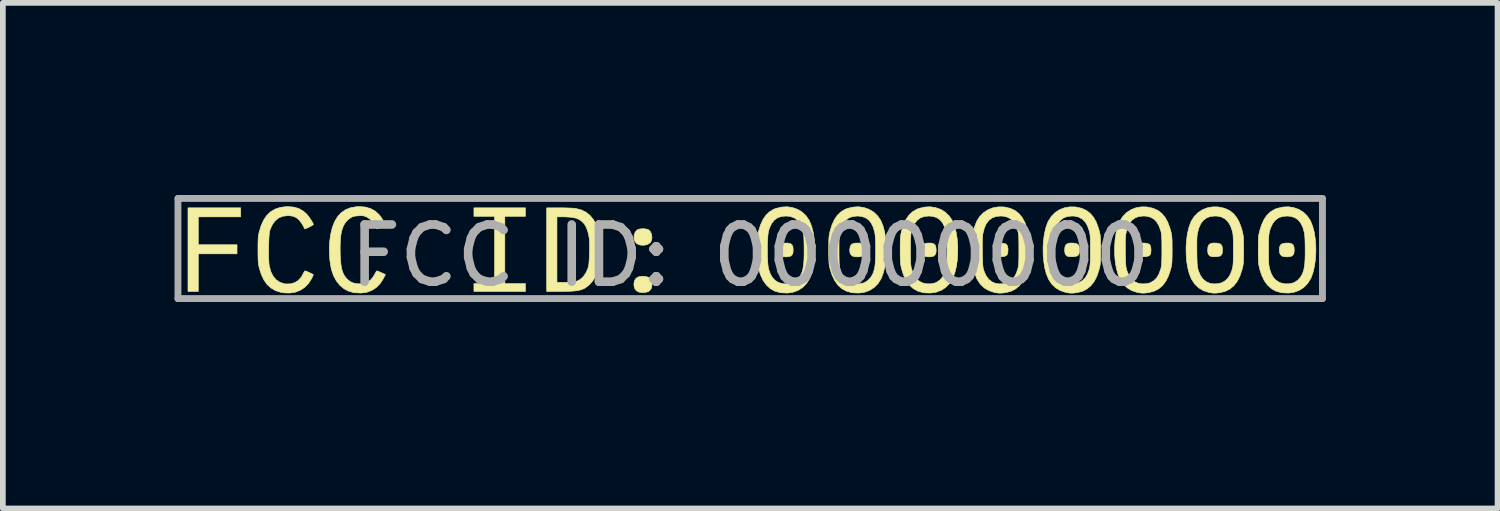
<source format=kicad_pcb>
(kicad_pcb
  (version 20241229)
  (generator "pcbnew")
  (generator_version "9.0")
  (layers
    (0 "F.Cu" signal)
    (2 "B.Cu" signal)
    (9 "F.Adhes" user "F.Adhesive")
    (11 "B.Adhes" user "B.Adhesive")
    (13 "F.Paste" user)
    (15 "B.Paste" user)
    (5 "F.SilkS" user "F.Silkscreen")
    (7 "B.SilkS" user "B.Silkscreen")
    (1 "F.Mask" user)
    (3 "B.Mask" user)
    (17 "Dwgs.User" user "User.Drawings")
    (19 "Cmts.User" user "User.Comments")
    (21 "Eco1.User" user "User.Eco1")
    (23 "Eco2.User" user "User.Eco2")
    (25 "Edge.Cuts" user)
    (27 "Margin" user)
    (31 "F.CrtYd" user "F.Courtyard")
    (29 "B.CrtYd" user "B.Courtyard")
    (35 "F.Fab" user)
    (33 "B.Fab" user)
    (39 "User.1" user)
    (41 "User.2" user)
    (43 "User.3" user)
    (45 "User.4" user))
  (footprint "FCCID"
    (layer "F.Cu")
    (at 10.06 1.418)
    (property "Reference" "FCCID" (at 0 0 0) (layer "Eco2.User") (effects (font (size 1.524 1.524) (thickness 0.3))))
    (attr through_hole)
    (fp_poly (pts (xy -8.904 -0.678) (xy -9.645 -0.678) (xy -9.645 -0.191) (xy -8.968 -0.191) (xy -8.968 -0.032) (xy -9.645 -0.032) (xy -9.645 0.625) (xy -9.825 0.625) (xy -9.825 -0.836) (xy -8.904 -0.836) (xy -8.904 -0.678)) (stroke (width 0.01) (type solid)) (fill yes) (layer "F.SilkS"))
    (fp_poly (pts (xy -3.928 -0.688) (xy -4.288 -0.688) (xy -4.288 0.487) (xy -3.928 0.487) (xy -3.928 0.625) (xy -4.828 0.625) (xy -4.828 0.487) (xy -4.468 0.487) (xy -4.468 -0.688) (xy -4.828 -0.688) (xy -4.828 -0.836) (xy -3.928 -0.836) (xy -3.928 -0.688)) (stroke (width 0.01) (type solid)) (fill yes) (layer "F.SilkS"))
    (fp_poly (pts (xy -1.813 0.366) (xy -1.769 0.383) (xy -1.739 0.413) (xy -1.73 0.429) (xy -1.716 0.483) (xy -1.718 0.535) (xy -1.733 0.581) (xy -1.762 0.616) (xy -1.782 0.628) (xy -1.827 0.641) (xy -1.88 0.645) (xy -1.933 0.639) (xy -1.968 0.628) (xy -2.002 0.6) (xy -2.024 0.559) (xy -2.033 0.509) (xy -2.027 0.456) (xy -2.018 0.429) (xy -1.994 0.394) (xy -1.956 0.371) (xy -1.902 0.361) (xy -1.874 0.36) (xy -1.813 0.366)) (stroke (width 0.01) (type solid)) (fill yes) (layer "F.SilkS"))
    (fp_poly (pts (xy -1.847 -0.47) (xy -1.803 -0.463) (xy -1.774 -0.451) (xy -1.744 -0.42) (xy -1.724 -0.376) (xy -1.717 -0.327) (xy -1.721 -0.279) (xy -1.739 -0.237) (xy -1.747 -0.227) (xy -1.787 -0.2) (xy -1.839 -0.184) (xy -1.897 -0.183) (xy -1.943 -0.191) (xy -1.987 -0.214) (xy -2.016 -0.252) (xy -2.03 -0.303) (xy -2.03 -0.304) (xy -2.028 -0.361) (xy -2.011 -0.409) (xy -1.982 -0.445) (xy -1.974 -0.451) (xy -1.941 -0.464) (xy -1.896 -0.47) (xy -1.847 -0.47)) (stroke (width 0.01) (type solid)) (fill yes) (layer "F.SilkS"))
    (fp_poly (pts (xy 0.702 -0.211) (xy 0.731 -0.189) (xy 0.747 -0.153) (xy 0.751 -0.101) (xy 0.751 -0.101) (xy 0.748 -0.055) (xy 0.738 -0.023) (xy 0.719 -0.002) (xy 0.702 0.009) (xy 0.673 0.017) (xy 0.632 0.021) (xy 0.589 0.019) (xy 0.552 0.012) (xy 0.54 0.008) (xy 0.509 -0.018) (xy 0.493 -0.057) (xy 0.49 -0.111) (xy 0.49 -0.114) (xy 0.498 -0.162) (xy 0.517 -0.193) (xy 0.549 -0.212) (xy 0.597 -0.22) (xy 0.658 -0.221) (xy 0.702 -0.211)) (stroke (width 0.01) (type solid)) (fill yes) (layer "F.SilkS"))
    (fp_poly (pts (xy 1.951 -0.211) (xy 1.98 -0.189) (xy 1.996 -0.153) (xy 2.001 -0.101) (xy 2.001 -0.101) (xy 1.998 -0.055) (xy 1.988 -0.023) (xy 1.968 -0.002) (xy 1.951 0.009) (xy 1.922 0.017) (xy 1.881 0.021) (xy 1.838 0.019) (xy 1.801 0.012) (xy 1.79 0.008) (xy 1.759 -0.018) (xy 1.742 -0.057) (xy 1.739 -0.111) (xy 1.74 -0.114) (xy 1.748 -0.162) (xy 1.766 -0.193) (xy 1.798 -0.212) (xy 1.846 -0.22) (xy 1.907 -0.221) (xy 1.951 -0.211)) (stroke (width 0.01) (type solid)) (fill yes) (layer "F.SilkS"))
    (fp_poly (pts (xy 3.201 -0.211) (xy 3.23 -0.189) (xy 3.245 -0.153) (xy 3.25 -0.101) (xy 3.25 -0.101) (xy 3.247 -0.055) (xy 3.237 -0.023) (xy 3.218 -0.002) (xy 3.201 0.009) (xy 3.172 0.017) (xy 3.131 0.021) (xy 3.087 0.019) (xy 3.051 0.012) (xy 3.039 0.008) (xy 3.008 -0.018) (xy 2.992 -0.057) (xy 2.989 -0.111) (xy 2.989 -0.114) (xy 2.997 -0.162) (xy 3.016 -0.193) (xy 3.048 -0.212) (xy 3.096 -0.22) (xy 3.157 -0.221) (xy 3.201 -0.211)) (stroke (width 0.01) (type solid)) (fill yes) (layer "F.SilkS"))
    (fp_poly (pts (xy 4.4 -0.22) (xy 4.4 -0.22) (xy 4.448 -0.212) (xy 4.48 -0.196) (xy 4.497 -0.167) (xy 4.505 -0.123) (xy 4.505 -0.101) (xy 4.502 -0.05) (xy 4.49 -0.017) (xy 4.466 0.004) (xy 4.427 0.015) (xy 4.386 0.018) (xy 4.341 0.018) (xy 4.307 0.014) (xy 4.293 0.009) (xy 4.268 -0.011) (xy 4.253 -0.037) (xy 4.247 -0.074) (xy 4.246 -0.101) (xy 4.251 -0.153) (xy 4.266 -0.189) (xy 4.295 -0.211) (xy 4.339 -0.221) (xy 4.4 -0.22)) (stroke (width 0.01) (type solid)) (fill yes) (layer "F.SilkS"))
    (fp_poly (pts (xy 5.65 -0.22) (xy 5.65 -0.22) (xy 5.698 -0.212) (xy 5.729 -0.196) (xy 5.747 -0.167) (xy 5.754 -0.123) (xy 5.754 -0.101) (xy 5.751 -0.05) (xy 5.739 -0.017) (xy 5.715 0.004) (xy 5.676 0.015) (xy 5.635 0.018) (xy 5.59 0.018) (xy 5.556 0.014) (xy 5.543 0.009) (xy 5.517 -0.011) (xy 5.503 -0.037) (xy 5.496 -0.074) (xy 5.495 -0.101) (xy 5.5 -0.153) (xy 5.516 -0.189) (xy 5.545 -0.211) (xy 5.589 -0.221) (xy 5.65 -0.22)) (stroke (width 0.01) (type solid)) (fill yes) (layer "F.SilkS"))
    (fp_poly (pts (xy 6.899 -0.22) (xy 6.899 -0.22) (xy 6.947 -0.212) (xy 6.978 -0.196) (xy 6.996 -0.167) (xy 7.003 -0.123) (xy 7.004 -0.101) (xy 7.001 -0.05) (xy 6.989 -0.017) (xy 6.965 0.004) (xy 6.926 0.015) (xy 6.885 0.018) (xy 6.84 0.018) (xy 6.806 0.014) (xy 6.792 0.009) (xy 6.767 -0.011) (xy 6.752 -0.037) (xy 6.746 -0.074) (xy 6.745 -0.101) (xy 6.749 -0.153) (xy 6.765 -0.189) (xy 6.794 -0.211) (xy 6.838 -0.221) (xy 6.899 -0.22)) (stroke (width 0.01) (type solid)) (fill yes) (layer "F.SilkS"))
    (fp_poly (pts (xy 8.148 -0.22) (xy 8.148 -0.22) (xy 8.196 -0.212) (xy 8.228 -0.196) (xy 8.245 -0.167) (xy 8.253 -0.123) (xy 8.253 -0.101) (xy 8.25 -0.05) (xy 8.238 -0.017) (xy 8.214 0.004) (xy 8.175 0.015) (xy 8.134 0.018) (xy 8.089 0.018) (xy 8.055 0.014) (xy 8.041 0.009) (xy 8.016 -0.011) (xy 8.001 -0.037) (xy 7.995 -0.074) (xy 7.994 -0.101) (xy 7.999 -0.153) (xy 8.014 -0.189) (xy 8.043 -0.211) (xy 8.087 -0.221) (xy 8.148 -0.22)) (stroke (width 0.01) (type solid)) (fill yes) (layer "F.SilkS"))
    (fp_poly (pts (xy 9.458 -0.211) (xy 9.487 -0.189) (xy 9.503 -0.153) (xy 9.507 -0.101) (xy 9.507 -0.101) (xy 9.504 -0.055) (xy 9.495 -0.023) (xy 9.475 -0.002) (xy 9.458 0.009) (xy 9.429 0.017) (xy 9.388 0.021) (xy 9.345 0.019) (xy 9.308 0.012) (xy 9.296 0.008) (xy 9.265 -0.018) (xy 9.249 -0.057) (xy 9.246 -0.111) (xy 9.246 -0.114) (xy 9.254 -0.162) (xy 9.273 -0.193) (xy 9.305 -0.212) (xy 9.353 -0.22) (xy 9.414 -0.221) (xy 9.458 -0.211)) (stroke (width 0.01) (type solid)) (fill yes) (layer "F.SilkS"))
    (fp_poly (pts (xy -3.338 -0.836) (xy -3.267 -0.836) (xy -3.198 -0.834) (xy -3.136 -0.832) (xy -3.086 -0.829) (xy -3.052 -0.826) (xy -3.049 -0.825) (xy -2.952 -0.8) (xy -2.868 -0.759) (xy -2.796 -0.7) (xy -2.736 -0.625) (xy -2.689 -0.533) (xy -2.655 -0.423) (xy -2.632 -0.297) (xy -2.622 -0.153) (xy -2.622 -0.111) (xy -2.626 0.03) (xy -2.64 0.153) (xy -2.664 0.26) (xy -2.699 0.352) (xy -2.744 0.431) (xy -2.801 0.498) (xy -2.811 0.507) (xy -2.849 0.539) (xy -2.887 0.566) (xy -2.928 0.586) (xy -2.975 0.601) (xy -3.03 0.612) (xy -3.096 0.619) (xy -3.177 0.623) (xy -3.276 0.625) (xy -3.311 0.625) (xy -3.557 0.625) (xy -3.557 -0.678) (xy -3.377 -0.678) (xy -3.377 0.466) (xy -3.231 0.466) (xy -3.158 0.465) (xy -3.102 0.462) (xy -3.061 0.456) (xy -3.036 0.449) (xy -2.974 0.417) (xy -2.918 0.368) (xy -2.872 0.303) (xy -2.838 0.227) (xy -2.827 0.189) (xy -2.821 0.155) (xy -2.816 0.104) (xy -2.812 0.041) (xy -2.81 -0.029) (xy -2.808 -0.102) (xy -2.808 -0.173) (xy -2.809 -0.238) (xy -2.812 -0.291) (xy -2.815 -0.316) (xy -2.83 -0.392) (xy -2.852 -0.464) (xy -2.879 -0.523) (xy -2.902 -0.559) (xy -2.945 -0.602) (xy -2.993 -0.635) (xy -3.051 -0.657) (xy -3.121 -0.671) (xy -3.207 -0.677) (xy -3.247 -0.678) (xy -3.377 -0.678) (xy -3.557 -0.678) (xy -3.557 -0.836) (xy -3.338 -0.836)) (stroke (width 0.01) (type solid)) (fill yes) (layer "F.SilkS"))
    (fp_poly (pts (xy -6.721 -0.849) (xy -6.631 -0.822) (xy -6.552 -0.778) (xy -6.485 -0.717) (xy -6.476 -0.707) (xy -6.457 -0.68) (xy -6.434 -0.647) (xy -6.412 -0.612) (xy -6.393 -0.579) (xy -6.38 -0.553) (xy -6.375 -0.538) (xy -6.375 -0.537) (xy -6.395 -0.527) (xy -6.424 -0.513) (xy -6.457 -0.497) (xy -6.489 -0.483) (xy -6.514 -0.472) (xy -6.527 -0.468) (xy -6.527 -0.468) (xy -6.533 -0.478) (xy -6.545 -0.502) (xy -6.554 -0.519) (xy -6.595 -0.586) (xy -6.641 -0.637) (xy -6.696 -0.673) (xy -6.697 -0.673) (xy -6.729 -0.687) (xy -6.756 -0.695) (xy -6.786 -0.698) (xy -6.827 -0.698) (xy -6.844 -0.697) (xy -6.893 -0.693) (xy -6.928 -0.687) (xy -6.957 -0.676) (xy -6.984 -0.661) (xy -7.035 -0.623) (xy -7.076 -0.577) (xy -7.109 -0.52) (xy -7.134 -0.452) (xy -7.152 -0.37) (xy -7.162 -0.272) (xy -7.166 -0.158) (xy -7.165 -0.037) (xy -7.16 0.067) (xy -7.152 0.152) (xy -7.141 0.223) (xy -7.124 0.281) (xy -7.102 0.331) (xy -7.074 0.374) (xy -7.044 0.408) (xy -6.994 0.45) (xy -6.938 0.477) (xy -6.873 0.49) (xy -6.824 0.492) (xy -6.748 0.484) (xy -6.684 0.462) (xy -6.631 0.422) (xy -6.585 0.365) (xy -6.56 0.32) (xy -6.544 0.29) (xy -6.53 0.27) (xy -6.523 0.265) (xy -6.51 0.269) (xy -6.483 0.28) (xy -6.448 0.296) (xy -6.444 0.297) (xy -6.374 0.33) (xy -6.412 0.403) (xy -6.468 0.489) (xy -6.535 0.557) (xy -6.613 0.607) (xy -6.702 0.64) (xy -6.8 0.653) (xy -6.907 0.648) (xy -6.934 0.645) (xy -7.022 0.619) (xy -7.102 0.576) (xy -7.173 0.515) (xy -7.234 0.438) (xy -7.283 0.346) (xy -7.318 0.242) (xy -7.32 0.233) (xy -7.337 0.145) (xy -7.349 0.043) (xy -7.354 -0.063) (xy -7.354 -0.168) (xy -7.35 -0.236) (xy -7.331 -0.375) (xy -7.302 -0.495) (xy -7.261 -0.598) (xy -7.21 -0.683) (xy -7.147 -0.751) (xy -7.073 -0.802) (xy -6.987 -0.837) (xy -6.889 -0.855) (xy -6.823 -0.858) (xy -6.721 -0.849)) (stroke (width 0.01) (type solid)) (fill yes) (layer "F.SilkS"))
    (fp_poly (pts (xy -7.976 -0.849) (xy -7.888 -0.824) (xy -7.812 -0.78) (xy -7.755 -0.731) (xy -7.731 -0.704) (xy -7.704 -0.668) (xy -7.678 -0.629) (xy -7.655 -0.592) (xy -7.639 -0.563) (xy -7.634 -0.545) (xy -7.642 -0.537) (xy -7.664 -0.523) (xy -7.694 -0.507) (xy -7.727 -0.491) (xy -7.756 -0.477) (xy -7.778 -0.469) (xy -7.786 -0.468) (xy -7.806 -0.511) (xy -7.834 -0.558) (xy -7.865 -0.602) (xy -7.893 -0.634) (xy -7.935 -0.666) (xy -7.981 -0.687) (xy -8.037 -0.697) (xy -8.089 -0.699) (xy -8.168 -0.689) (xy -8.238 -0.661) (xy -8.297 -0.614) (xy -8.347 -0.549) (xy -8.387 -0.464) (xy -8.393 -0.446) (xy -8.4 -0.415) (xy -8.406 -0.366) (xy -8.41 -0.304) (xy -8.413 -0.232) (xy -8.415 -0.155) (xy -8.416 -0.077) (xy -8.416 -0.00048) (xy -8.413 0.07) (xy -8.41 0.13) (xy -8.405 0.176) (xy -8.402 0.189) (xy -8.375 0.284) (xy -8.335 0.362) (xy -8.284 0.421) (xy -8.221 0.464) (xy -8.147 0.489) (xy -8.112 0.494) (xy -8.033 0.492) (xy -7.961 0.472) (xy -7.898 0.433) (xy -7.846 0.376) (xy -7.815 0.32) (xy -7.799 0.29) (xy -7.786 0.27) (xy -7.78 0.265) (xy -7.765 0.269) (xy -7.739 0.279) (xy -7.707 0.294) (xy -7.675 0.309) (xy -7.649 0.322) (xy -7.635 0.332) (xy -7.634 0.333) (xy -7.638 0.345) (xy -7.65 0.37) (xy -7.665 0.4) (xy -7.718 0.485) (xy -7.784 0.553) (xy -7.862 0.604) (xy -7.95 0.638) (xy -8.045 0.653) (xy -8.147 0.65) (xy -8.201 0.641) (xy -8.293 0.612) (xy -8.373 0.566) (xy -8.441 0.505) (xy -8.497 0.426) (xy -8.543 0.329) (xy -8.573 0.236) (xy -8.583 0.199) (xy -8.59 0.167) (xy -8.595 0.135) (xy -8.598 0.099) (xy -8.6 0.055) (xy -8.601 -0.001) (xy -8.602 -0.073) (xy -8.602 -0.095) (xy -8.602 -0.178) (xy -8.601 -0.243) (xy -8.599 -0.295) (xy -8.595 -0.336) (xy -8.59 -0.372) (xy -8.583 -0.405) (xy -8.548 -0.523) (xy -8.503 -0.622) (xy -8.447 -0.704) (xy -8.381 -0.768) (xy -8.302 -0.814) (xy -8.212 -0.844) (xy -8.109 -0.857) (xy -8.075 -0.857) (xy -7.976 -0.849)) (stroke (width 0.01) (type solid)) (fill yes) (layer "F.SilkS"))
    (fp_poly (pts (xy 0.738 -0.841) (xy 0.826 -0.811) (xy 0.905 -0.764) (xy 0.973 -0.701) (xy 1.027 -0.623) (xy 1.036 -0.606) (xy 1.072 -0.517) (xy 1.1 -0.413) (xy 1.118 -0.298) (xy 1.128 -0.176) (xy 1.129 -0.051) (xy 1.121 0.071) (xy 1.104 0.188) (xy 1.079 0.295) (xy 1.044 0.388) (xy 1.036 0.405) (xy 0.983 0.488) (xy 0.917 0.555) (xy 0.84 0.605) (xy 0.752 0.638) (xy 0.654 0.653) (xy 0.549 0.649) (xy 0.521 0.645) (xy 0.431 0.62) (xy 0.353 0.577) (xy 0.285 0.515) (xy 0.227 0.436) (xy 0.181 0.338) (xy 0.151 0.246) (xy 0.142 0.211) (xy 0.135 0.18) (xy 0.13 0.149) (xy 0.127 0.114) (xy 0.124 0.072) (xy 0.123 0.019) (xy 0.123 -0.05) (xy 0.123 -0.095) (xy 0.123 -0.108) (xy 0.3 -0.108) (xy 0.301 -0.025) (xy 0.303 0.054) (xy 0.307 0.125) (xy 0.313 0.184) (xy 0.32 0.227) (xy 0.321 0.232) (xy 0.35 0.315) (xy 0.386 0.379) (xy 0.43 0.428) (xy 0.486 0.464) (xy 0.521 0.478) (xy 0.586 0.492) (xy 0.658 0.492) (xy 0.726 0.478) (xy 0.758 0.465) (xy 0.813 0.428) (xy 0.86 0.376) (xy 0.892 0.321) (xy 0.908 0.28) (xy 0.92 0.236) (xy 0.929 0.186) (xy 0.936 0.127) (xy 0.94 0.056) (xy 0.942 -0.031) (xy 0.942 -0.101) (xy 0.941 -0.201) (xy 0.939 -0.281) (xy 0.935 -0.344) (xy 0.929 -0.391) (xy 0.927 -0.405) (xy 0.901 -0.497) (xy 0.864 -0.571) (xy 0.818 -0.627) (xy 0.76 -0.666) (xy 0.691 -0.687) (xy 0.625 -0.693) (xy 0.545 -0.685) (xy 0.477 -0.662) (xy 0.421 -0.621) (xy 0.375 -0.563) (xy 0.338 -0.486) (xy 0.321 -0.433) (xy 0.314 -0.394) (xy 0.308 -0.338) (xy 0.304 -0.268) (xy 0.301 -0.19) (xy 0.3 -0.108) (xy 0.123 -0.108) (xy 0.123 -0.175) (xy 0.123 -0.238) (xy 0.125 -0.287) (xy 0.127 -0.326) (xy 0.131 -0.359) (xy 0.137 -0.391) (xy 0.145 -0.424) (xy 0.146 -0.429) (xy 0.181 -0.541) (xy 0.224 -0.634) (xy 0.276 -0.709) (xy 0.338 -0.768) (xy 0.411 -0.811) (xy 0.447 -0.825) (xy 0.547 -0.849) (xy 0.645 -0.855) (xy 0.738 -0.841)) (stroke (width 0.01) (type solid)) (fill yes) (layer "F.SilkS"))
    (fp_poly (pts (xy 1.988 -0.841) (xy 2.075 -0.811) (xy 2.154 -0.764) (xy 2.222 -0.701) (xy 2.277 -0.623) (xy 2.286 -0.606) (xy 2.322 -0.517) (xy 2.349 -0.413) (xy 2.367 -0.298) (xy 2.377 -0.176) (xy 2.378 -0.051) (xy 2.37 0.071) (xy 2.354 0.188) (xy 2.328 0.295) (xy 2.294 0.388) (xy 2.286 0.405) (xy 2.233 0.488) (xy 2.167 0.555) (xy 2.089 0.605) (xy 2.001 0.638) (xy 1.904 0.653) (xy 1.799 0.649) (xy 1.77 0.645) (xy 1.681 0.62) (xy 1.602 0.577) (xy 1.534 0.515) (xy 1.477 0.436) (xy 1.43 0.338) (xy 1.4 0.246) (xy 1.391 0.211) (xy 1.384 0.18) (xy 1.379 0.149) (xy 1.376 0.114) (xy 1.374 0.072) (xy 1.373 0.019) (xy 1.372 -0.05) (xy 1.372 -0.095) (xy 1.372 -0.101) (xy 1.552 -0.101) (xy 1.552 -0.014) (xy 1.553 0.054) (xy 1.554 0.107) (xy 1.557 0.149) (xy 1.56 0.181) (xy 1.565 0.209) (xy 1.571 0.232) (xy 1.599 0.315) (xy 1.635 0.379) (xy 1.68 0.428) (xy 1.735 0.464) (xy 1.771 0.478) (xy 1.836 0.492) (xy 1.907 0.492) (xy 1.976 0.478) (xy 2.007 0.465) (xy 2.062 0.428) (xy 2.109 0.376) (xy 2.141 0.321) (xy 2.157 0.28) (xy 2.169 0.236) (xy 2.179 0.186) (xy 2.185 0.127) (xy 2.189 0.056) (xy 2.191 -0.031) (xy 2.191 -0.101) (xy 2.191 -0.201) (xy 2.188 -0.281) (xy 2.184 -0.344) (xy 2.179 -0.391) (xy 2.176 -0.405) (xy 2.15 -0.497) (xy 2.114 -0.571) (xy 2.067 -0.627) (xy 2.009 -0.666) (xy 1.94 -0.687) (xy 1.874 -0.693) (xy 1.794 -0.685) (xy 1.727 -0.662) (xy 1.67 -0.621) (xy 1.624 -0.563) (xy 1.588 -0.486) (xy 1.571 -0.433) (xy 1.565 -0.408) (xy 1.56 -0.381) (xy 1.556 -0.348) (xy 1.554 -0.305) (xy 1.553 -0.251) (xy 1.552 -0.182) (xy 1.552 -0.101) (xy 1.372 -0.101) (xy 1.372 -0.175) (xy 1.373 -0.238) (xy 1.374 -0.287) (xy 1.377 -0.326) (xy 1.381 -0.359) (xy 1.387 -0.391) (xy 1.394 -0.424) (xy 1.396 -0.429) (xy 1.43 -0.541) (xy 1.473 -0.634) (xy 1.525 -0.709) (xy 1.588 -0.768) (xy 1.66 -0.811) (xy 1.696 -0.825) (xy 1.796 -0.849) (xy 1.894 -0.855) (xy 1.988 -0.841)) (stroke (width 0.01) (type solid)) (fill yes) (layer "F.SilkS"))
    (fp_poly (pts (xy 3.237 -0.841) (xy 3.325 -0.811) (xy 3.403 -0.764) (xy 3.471 -0.701) (xy 3.526 -0.623) (xy 3.535 -0.606) (xy 3.571 -0.517) (xy 3.598 -0.413) (xy 3.617 -0.298) (xy 3.627 -0.176) (xy 3.627 -0.051) (xy 3.62 0.071) (xy 3.603 0.188) (xy 3.577 0.295) (xy 3.543 0.388) (xy 3.535 0.405) (xy 3.482 0.488) (xy 3.416 0.555) (xy 3.338 0.605) (xy 3.25 0.638) (xy 3.153 0.653) (xy 3.048 0.649) (xy 3.019 0.645) (xy 2.93 0.62) (xy 2.851 0.577) (xy 2.783 0.515) (xy 2.726 0.436) (xy 2.679 0.338) (xy 2.65 0.246) (xy 2.641 0.211) (xy 2.634 0.18) (xy 2.629 0.149) (xy 2.625 0.114) (xy 2.623 0.072) (xy 2.622 0.019) (xy 2.621 -0.05) (xy 2.621 -0.095) (xy 2.621 -0.101) (xy 2.801 -0.101) (xy 2.801 -0.014) (xy 2.802 0.054) (xy 2.803 0.107) (xy 2.806 0.149) (xy 2.809 0.181) (xy 2.814 0.209) (xy 2.82 0.232) (xy 2.849 0.315) (xy 2.884 0.379) (xy 2.929 0.428) (xy 2.985 0.464) (xy 3.02 0.478) (xy 3.085 0.492) (xy 3.156 0.492) (xy 3.225 0.478) (xy 3.257 0.465) (xy 3.311 0.428) (xy 3.359 0.376) (xy 3.39 0.321) (xy 3.406 0.28) (xy 3.419 0.236) (xy 3.428 0.186) (xy 3.434 0.127) (xy 3.438 0.056) (xy 3.44 -0.031) (xy 3.441 -0.101) (xy 3.44 -0.201) (xy 3.438 -0.281) (xy 3.434 -0.344) (xy 3.428 -0.391) (xy 3.426 -0.405) (xy 3.399 -0.497) (xy 3.363 -0.571) (xy 3.316 -0.627) (xy 3.259 -0.666) (xy 3.189 -0.687) (xy 3.123 -0.693) (xy 3.044 -0.685) (xy 2.976 -0.662) (xy 2.92 -0.621) (xy 2.874 -0.563) (xy 2.837 -0.486) (xy 2.82 -0.433) (xy 2.814 -0.408) (xy 2.809 -0.381) (xy 2.806 -0.348) (xy 2.803 -0.305) (xy 2.802 -0.251) (xy 2.801 -0.182) (xy 2.801 -0.101) (xy 2.621 -0.101) (xy 2.621 -0.175) (xy 2.622 -0.238) (xy 2.623 -0.287) (xy 2.626 -0.326) (xy 2.63 -0.359) (xy 2.636 -0.391) (xy 2.644 -0.424) (xy 2.645 -0.429) (xy 2.68 -0.541) (xy 2.723 -0.634) (xy 2.775 -0.709) (xy 2.837 -0.768) (xy 2.91 -0.811) (xy 2.946 -0.825) (xy 3.045 -0.849) (xy 3.143 -0.855) (xy 3.237 -0.841)) (stroke (width 0.01) (type solid)) (fill yes) (layer "F.SilkS"))
    (fp_poly (pts (xy 9.494 -0.841) (xy 9.582 -0.811) (xy 9.661 -0.764) (xy 9.729 -0.701) (xy 9.783 -0.623) (xy 9.792 -0.606) (xy 9.828 -0.517) (xy 9.856 -0.413) (xy 9.874 -0.298) (xy 9.884 -0.176) (xy 9.885 -0.051) (xy 9.877 0.071) (xy 9.86 0.188) (xy 9.835 0.295) (xy 9.801 0.388) (xy 9.792 0.405) (xy 9.739 0.488) (xy 9.673 0.555) (xy 9.596 0.605) (xy 9.508 0.638) (xy 9.41 0.653) (xy 9.305 0.649) (xy 9.277 0.645) (xy 9.187 0.62) (xy 9.109 0.577) (xy 9.041 0.515) (xy 8.983 0.436) (xy 8.937 0.338) (xy 8.907 0.246) (xy 8.898 0.211) (xy 8.891 0.18) (xy 8.886 0.149) (xy 8.883 0.114) (xy 8.881 0.072) (xy 8.879 0.019) (xy 8.879 -0.05) (xy 8.879 -0.095) (xy 8.879 -0.101) (xy 9.058 -0.101) (xy 9.059 -0.014) (xy 9.059 0.054) (xy 9.061 0.107) (xy 9.063 0.149) (xy 9.067 0.181) (xy 9.072 0.209) (xy 9.077 0.232) (xy 9.106 0.315) (xy 9.142 0.379) (xy 9.186 0.428) (xy 9.242 0.464) (xy 9.277 0.478) (xy 9.343 0.492) (xy 9.414 0.492) (xy 9.482 0.478) (xy 9.514 0.465) (xy 9.569 0.428) (xy 9.616 0.376) (xy 9.648 0.321) (xy 9.664 0.28) (xy 9.676 0.236) (xy 9.685 0.186) (xy 9.692 0.127) (xy 9.696 0.056) (xy 9.698 -0.031) (xy 9.698 -0.101) (xy 9.697 -0.201) (xy 9.695 -0.281) (xy 9.691 -0.344) (xy 9.686 -0.391) (xy 9.683 -0.405) (xy 9.657 -0.497) (xy 9.62 -0.571) (xy 9.574 -0.627) (xy 9.516 -0.666) (xy 9.447 -0.687) (xy 9.381 -0.693) (xy 9.301 -0.685) (xy 9.233 -0.662) (xy 9.177 -0.621) (xy 9.131 -0.563) (xy 9.094 -0.486) (xy 9.077 -0.433) (xy 9.071 -0.408) (xy 9.067 -0.381) (xy 9.063 -0.348) (xy 9.061 -0.305) (xy 9.059 -0.251) (xy 9.059 -0.182) (xy 9.058 -0.101) (xy 8.879 -0.101) (xy 8.879 -0.175) (xy 8.879 -0.238) (xy 8.881 -0.287) (xy 8.883 -0.326) (xy 8.887 -0.359) (xy 8.893 -0.391) (xy 8.901 -0.424) (xy 8.902 -0.429) (xy 8.937 -0.541) (xy 8.98 -0.634) (xy 9.032 -0.709) (xy 9.094 -0.768) (xy 9.167 -0.811) (xy 9.203 -0.825) (xy 9.303 -0.849) (xy 9.401 -0.855) (xy 9.494 -0.841)) (stroke (width 0.01) (type solid)) (fill yes) (layer "F.SilkS"))
    (fp_poly (pts (xy 4.432 -0.852) (xy 4.531 -0.831) (xy 4.55 -0.825) (xy 4.628 -0.789) (xy 4.695 -0.737) (xy 4.751 -0.67) (xy 4.798 -0.585) (xy 4.837 -0.481) (xy 4.851 -0.429) (xy 4.859 -0.395) (xy 4.865 -0.364) (xy 4.87 -0.331) (xy 4.872 -0.293) (xy 4.874 -0.246) (xy 4.875 -0.185) (xy 4.875 -0.108) (xy 4.875 -0.095) (xy 4.874 -0.017) (xy 4.874 0.045) (xy 4.872 0.093) (xy 4.869 0.131) (xy 4.865 0.163) (xy 4.86 0.194) (xy 4.852 0.226) (xy 4.846 0.246) (xy 4.809 0.357) (xy 4.762 0.45) (xy 4.705 0.524) (xy 4.637 0.581) (xy 4.558 0.622) (xy 4.467 0.645) (xy 4.406 0.653) (xy 4.354 0.655) (xy 4.302 0.649) (xy 4.259 0.64) (xy 4.169 0.61) (xy 4.089 0.562) (xy 4.022 0.498) (xy 3.967 0.416) (xy 3.961 0.405) (xy 3.925 0.316) (xy 3.898 0.212) (xy 3.879 0.097) (xy 3.87 -0.025) (xy 3.869 -0.15) (xy 3.872 -0.203) (xy 4.057 -0.203) (xy 4.057 -0.111) (xy 4.058 -0.056) (xy 4.059 0.026) (xy 4.061 0.09) (xy 4.063 0.14) (xy 4.066 0.179) (xy 4.07 0.209) (xy 4.076 0.235) (xy 4.083 0.26) (xy 4.085 0.266) (xy 4.12 0.347) (xy 4.166 0.411) (xy 4.223 0.456) (xy 4.287 0.484) (xy 4.35 0.493) (xy 4.419 0.49) (xy 4.483 0.476) (xy 4.501 0.469) (xy 4.56 0.433) (xy 4.607 0.384) (xy 4.646 0.318) (xy 4.676 0.234) (xy 4.676 0.232) (xy 4.682 0.207) (xy 4.687 0.18) (xy 4.69 0.146) (xy 4.693 0.104) (xy 4.694 0.05) (xy 4.695 -0.019) (xy 4.695 -0.101) (xy 4.695 -0.187) (xy 4.694 -0.255) (xy 4.693 -0.308) (xy 4.69 -0.35) (xy 4.687 -0.383) (xy 4.682 -0.41) (xy 4.676 -0.433) (xy 4.645 -0.521) (xy 4.604 -0.59) (xy 4.554 -0.64) (xy 4.493 -0.674) (xy 4.42 -0.691) (xy 4.373 -0.693) (xy 4.293 -0.685) (xy 4.226 -0.659) (xy 4.17 -0.617) (xy 4.124 -0.557) (xy 4.09 -0.478) (xy 4.066 -0.382) (xy 4.065 -0.377) (xy 4.061 -0.338) (xy 4.058 -0.279) (xy 4.057 -0.203) (xy 3.872 -0.203) (xy 3.877 -0.273) (xy 3.893 -0.389) (xy 3.919 -0.496) (xy 3.953 -0.589) (xy 3.961 -0.606) (xy 4.013 -0.687) (xy 4.079 -0.753) (xy 4.156 -0.803) (xy 4.242 -0.837) (xy 4.334 -0.853) (xy 4.432 -0.852)) (stroke (width 0.01) (type solid)) (fill yes) (layer "F.SilkS"))
    (fp_poly (pts (xy 5.681 -0.852) (xy 5.781 -0.831) (xy 5.8 -0.825) (xy 5.877 -0.789) (xy 5.944 -0.737) (xy 6.001 -0.67) (xy 6.048 -0.585) (xy 6.086 -0.481) (xy 6.101 -0.429) (xy 6.109 -0.395) (xy 6.115 -0.364) (xy 6.119 -0.331) (xy 6.122 -0.293) (xy 6.123 -0.246) (xy 6.124 -0.185) (xy 6.124 -0.108) (xy 6.124 -0.095) (xy 6.124 -0.017) (xy 6.123 0.045) (xy 6.121 0.093) (xy 6.119 0.131) (xy 6.115 0.163) (xy 6.109 0.194) (xy 6.101 0.226) (xy 6.096 0.246) (xy 6.059 0.357) (xy 6.012 0.45) (xy 5.954 0.524) (xy 5.886 0.581) (xy 5.807 0.622) (xy 5.716 0.645) (xy 5.655 0.653) (xy 5.604 0.655) (xy 5.552 0.649) (xy 5.508 0.64) (xy 5.418 0.61) (xy 5.338 0.562) (xy 5.271 0.498) (xy 5.216 0.416) (xy 5.211 0.405) (xy 5.174 0.316) (xy 5.147 0.212) (xy 5.129 0.097) (xy 5.119 -0.025) (xy 5.118 -0.15) (xy 5.121 -0.203) (xy 5.306 -0.203) (xy 5.306 -0.111) (xy 5.307 -0.056) (xy 5.309 0.026) (xy 5.31 0.09) (xy 5.313 0.14) (xy 5.316 0.179) (xy 5.32 0.209) (xy 5.325 0.235) (xy 5.332 0.26) (xy 5.334 0.266) (xy 5.369 0.347) (xy 5.415 0.411) (xy 5.472 0.456) (xy 5.537 0.484) (xy 5.599 0.493) (xy 5.668 0.49) (xy 5.732 0.476) (xy 5.75 0.469) (xy 5.809 0.433) (xy 5.857 0.384) (xy 5.895 0.318) (xy 5.925 0.234) (xy 5.925 0.232) (xy 5.932 0.207) (xy 5.936 0.18) (xy 5.94 0.146) (xy 5.942 0.104) (xy 5.944 0.05) (xy 5.944 -0.019) (xy 5.945 -0.101) (xy 5.944 -0.187) (xy 5.944 -0.255) (xy 5.942 -0.308) (xy 5.94 -0.35) (xy 5.936 -0.383) (xy 5.931 -0.41) (xy 5.925 -0.433) (xy 5.894 -0.521) (xy 5.854 -0.59) (xy 5.803 -0.64) (xy 5.742 -0.674) (xy 5.669 -0.691) (xy 5.622 -0.693) (xy 5.543 -0.685) (xy 5.475 -0.659) (xy 5.419 -0.617) (xy 5.374 -0.557) (xy 5.339 -0.478) (xy 5.315 -0.382) (xy 5.315 -0.377) (xy 5.31 -0.338) (xy 5.307 -0.279) (xy 5.306 -0.203) (xy 5.121 -0.203) (xy 5.126 -0.273) (xy 5.143 -0.389) (xy 5.168 -0.496) (xy 5.202 -0.589) (xy 5.211 -0.606) (xy 5.263 -0.687) (xy 5.328 -0.753) (xy 5.405 -0.803) (xy 5.491 -0.837) (xy 5.584 -0.853) (xy 5.681 -0.852)) (stroke (width 0.01) (type solid)) (fill yes) (layer "F.SilkS"))
    (fp_poly (pts (xy 6.93 -0.852) (xy 7.03 -0.831) (xy 7.049 -0.825) (xy 7.127 -0.789) (xy 7.194 -0.737) (xy 7.25 -0.67) (xy 7.297 -0.585) (xy 7.335 -0.481) (xy 7.35 -0.429) (xy 7.358 -0.395) (xy 7.364 -0.364) (xy 7.368 -0.331) (xy 7.371 -0.293) (xy 7.373 -0.246) (xy 7.373 -0.185) (xy 7.374 -0.108) (xy 7.374 -0.095) (xy 7.373 -0.017) (xy 7.372 0.045) (xy 7.371 0.093) (xy 7.368 0.131) (xy 7.364 0.163) (xy 7.358 0.194) (xy 7.35 0.226) (xy 7.345 0.246) (xy 7.308 0.357) (xy 7.261 0.45) (xy 7.204 0.524) (xy 7.136 0.581) (xy 7.056 0.622) (xy 6.966 0.645) (xy 6.905 0.653) (xy 6.853 0.655) (xy 6.801 0.649) (xy 6.758 0.64) (xy 6.667 0.61) (xy 6.588 0.562) (xy 6.52 0.498) (xy 6.466 0.416) (xy 6.46 0.405) (xy 6.424 0.316) (xy 6.397 0.212) (xy 6.378 0.097) (xy 6.368 -0.025) (xy 6.367 -0.15) (xy 6.371 -0.203) (xy 6.555 -0.203) (xy 6.556 -0.111) (xy 6.556 -0.056) (xy 6.558 0.026) (xy 6.56 0.09) (xy 6.562 0.14) (xy 6.565 0.179) (xy 6.569 0.209) (xy 6.575 0.235) (xy 6.582 0.26) (xy 6.584 0.266) (xy 6.619 0.347) (xy 6.665 0.411) (xy 6.721 0.456) (xy 6.786 0.484) (xy 6.849 0.493) (xy 6.918 0.49) (xy 6.982 0.476) (xy 7 0.469) (xy 7.058 0.433) (xy 7.106 0.384) (xy 7.144 0.318) (xy 7.174 0.234) (xy 7.175 0.232) (xy 7.181 0.207) (xy 7.186 0.18) (xy 7.189 0.146) (xy 7.191 0.104) (xy 7.193 0.05) (xy 7.194 -0.019) (xy 7.194 -0.101) (xy 7.194 -0.187) (xy 7.193 -0.255) (xy 7.191 -0.308) (xy 7.189 -0.35) (xy 7.185 -0.383) (xy 7.181 -0.41) (xy 7.175 -0.433) (xy 7.143 -0.521) (xy 7.103 -0.59) (xy 7.053 -0.64) (xy 6.991 -0.674) (xy 6.919 -0.691) (xy 6.871 -0.693) (xy 6.792 -0.685) (xy 6.724 -0.659) (xy 6.668 -0.617) (xy 6.623 -0.557) (xy 6.589 -0.478) (xy 6.565 -0.382) (xy 6.564 -0.377) (xy 6.56 -0.338) (xy 6.557 -0.279) (xy 6.555 -0.203) (xy 6.371 -0.203) (xy 6.375 -0.273) (xy 6.392 -0.389) (xy 6.417 -0.496) (xy 6.452 -0.589) (xy 6.46 -0.606) (xy 6.512 -0.687) (xy 6.577 -0.753) (xy 6.654 -0.803) (xy 6.74 -0.837) (xy 6.833 -0.853) (xy 6.93 -0.852)) (stroke (width 0.01) (type solid)) (fill yes) (layer "F.SilkS"))
    (fp_poly (pts (xy 8.18 -0.852) (xy 8.279 -0.831) (xy 8.298 -0.825) (xy 8.376 -0.789) (xy 8.443 -0.737) (xy 8.499 -0.67) (xy 8.546 -0.585) (xy 8.585 -0.481) (xy 8.599 -0.429) (xy 8.607 -0.395) (xy 8.613 -0.364) (xy 8.618 -0.331) (xy 8.62 -0.293) (xy 8.622 -0.246) (xy 8.623 -0.185) (xy 8.623 -0.108) (xy 8.623 -0.095) (xy 8.623 -0.017) (xy 8.622 0.045) (xy 8.62 0.093) (xy 8.618 0.131) (xy 8.613 0.163) (xy 8.608 0.194) (xy 8.6 0.226) (xy 8.594 0.246) (xy 8.557 0.357) (xy 8.51 0.45) (xy 8.453 0.524) (xy 8.385 0.581) (xy 8.306 0.622) (xy 8.215 0.645) (xy 8.154 0.653) (xy 8.103 0.655) (xy 8.05 0.649) (xy 8.007 0.64) (xy 7.917 0.61) (xy 7.837 0.562) (xy 7.77 0.498) (xy 7.715 0.416) (xy 7.709 0.405) (xy 7.673 0.316) (xy 7.646 0.212) (xy 7.627 0.097) (xy 7.618 -0.025) (xy 7.617 -0.15) (xy 7.62 -0.203) (xy 7.805 -0.203) (xy 7.805 -0.111) (xy 7.806 -0.056) (xy 7.807 0.026) (xy 7.809 0.09) (xy 7.811 0.14) (xy 7.814 0.179) (xy 7.819 0.209) (xy 7.824 0.235) (xy 7.831 0.26) (xy 7.833 0.266) (xy 7.868 0.347) (xy 7.914 0.411) (xy 7.971 0.456) (xy 8.035 0.484) (xy 8.098 0.493) (xy 8.167 0.49) (xy 8.231 0.476) (xy 8.249 0.469) (xy 8.308 0.433) (xy 8.355 0.384) (xy 8.394 0.318) (xy 8.424 0.234) (xy 8.424 0.232) (xy 8.43 0.207) (xy 8.435 0.18) (xy 8.438 0.146) (xy 8.441 0.104) (xy 8.442 0.05) (xy 8.443 -0.019) (xy 8.443 -0.101) (xy 8.443 -0.187) (xy 8.442 -0.255) (xy 8.441 -0.308) (xy 8.438 -0.35) (xy 8.435 -0.383) (xy 8.43 -0.41) (xy 8.424 -0.433) (xy 8.393 -0.521) (xy 8.352 -0.59) (xy 8.302 -0.64) (xy 8.241 -0.674) (xy 8.168 -0.691) (xy 8.121 -0.693) (xy 8.041 -0.685) (xy 7.974 -0.659) (xy 7.918 -0.617) (xy 7.873 -0.557) (xy 7.838 -0.478) (xy 7.814 -0.382) (xy 7.813 -0.377) (xy 7.809 -0.338) (xy 7.806 -0.279) (xy 7.805 -0.203) (xy 7.62 -0.203) (xy 7.625 -0.273) (xy 7.641 -0.389) (xy 7.667 -0.496) (xy 7.701 -0.589) (xy 7.709 -0.606) (xy 7.761 -0.687) (xy 7.827 -0.753) (xy 7.904 -0.803) (xy 7.99 -0.837) (xy 8.083 -0.853) (xy 8.18 -0.852)) (stroke (width 0.01) (type solid)) (fill yes) (layer "F.SilkS"))
    (fp_line (start -10 -1) (end -10 0.75) (stroke (width 0.12) (type solid)) (layer "F.Fab"))
    (fp_line (start -10 0.75) (end 10 0.75) (stroke (width 0.12) (type solid)) (layer "F.Fab"))
    (fp_line (start 10 -1) (end -10 -1) (stroke (width 0.12) (type solid)) (layer "F.Fab"))
    (fp_line (start 10 0.75) (end 10 -1) (stroke (width 0.12) (type solid)) (layer "F.Fab"))
    (fp_text user "FCC ID: 00000000" (at 0 0 0) (layer "F.Fab") (effects (font (size 1 1) (thickness 0.15)))))
  (gr_rect
    (start -3 -3)
    (end 23.12 5.836)
    (stroke (width 0.1) (type default))
    (fill no)
    (layer "Edge.Cuts")))
</source>
